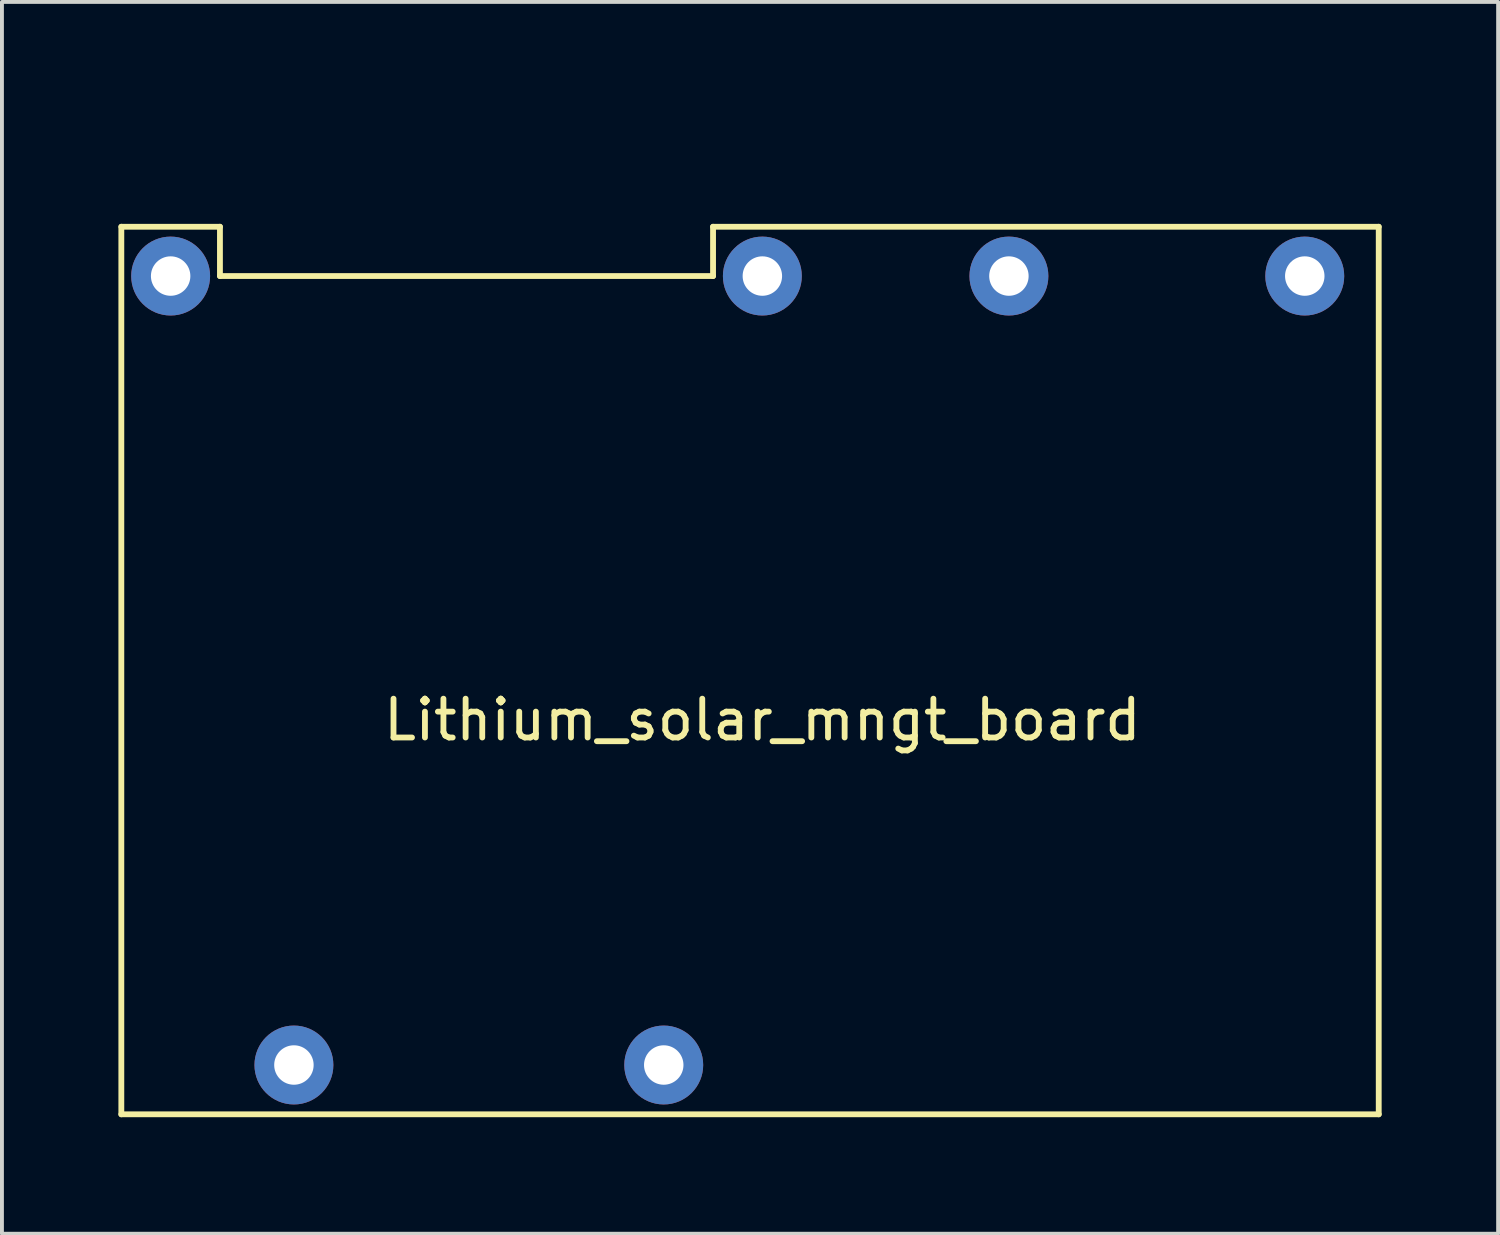
<source format=kicad_pcb>
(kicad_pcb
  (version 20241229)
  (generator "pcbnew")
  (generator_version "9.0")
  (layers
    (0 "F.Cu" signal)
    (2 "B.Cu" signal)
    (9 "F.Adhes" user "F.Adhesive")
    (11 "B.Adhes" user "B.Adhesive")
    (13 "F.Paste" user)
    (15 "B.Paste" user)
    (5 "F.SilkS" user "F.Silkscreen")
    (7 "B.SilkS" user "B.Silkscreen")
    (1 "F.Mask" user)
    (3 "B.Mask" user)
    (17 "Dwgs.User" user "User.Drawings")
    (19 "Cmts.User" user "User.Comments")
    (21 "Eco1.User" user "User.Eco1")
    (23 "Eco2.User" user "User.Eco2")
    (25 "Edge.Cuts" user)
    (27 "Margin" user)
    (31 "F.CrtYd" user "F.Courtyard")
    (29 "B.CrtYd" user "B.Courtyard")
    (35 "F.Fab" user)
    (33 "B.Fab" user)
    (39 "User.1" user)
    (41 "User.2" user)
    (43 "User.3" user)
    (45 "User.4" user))
  (footprint "Lithium_solar_mngt_board"
    (layer "F.Cu")
    (at 19.125 0.25)
    (property "Reference" "Lithium_solar_mngt_board" (at -2.54 15.24 0) (layer "F.SilkS") (effects (font (size 1 1) (thickness 0.15))))
    (attr through_hole)
    (fp_line (start -19.05 2.54) (end -19.05 25.4) (stroke (width 0.15) (type solid)) (layer "F.SilkS"))
    (fp_line (start -19.05 25.4) (end 13.335 25.4) (stroke (width 0.15) (type solid)) (layer "F.SilkS"))
    (fp_line (start -16.51 2.54) (end -19.05 2.54) (stroke (width 0.15) (type solid)) (layer "F.SilkS"))
    (fp_line (start -16.51 3.81) (end -16.51 2.54) (stroke (width 0.15) (type solid)) (layer "F.SilkS"))
    (fp_line (start -3.81 2.54) (end -3.81 3.81) (stroke (width 0.15) (type solid)) (layer "F.SilkS"))
    (fp_line (start -3.81 3.81) (end -16.51 3.81) (stroke (width 0.15) (type solid)) (layer "F.SilkS"))
    (fp_line (start 13.335 2.54) (end -3.81 2.54) (stroke (width 0.15) (type solid)) (layer "F.SilkS"))
    (fp_line (start 13.335 25.4) (end 13.335 2.54) (stroke (width 0.15) (type solid)) (layer "F.SilkS"))
    (pad "1" thru_hole circle (at -2.54 3.81) (size 2.032 2.032) (drill 1.016) (layers "*.Cu" "*.Mask"))
    (pad "2" thru_hole circle (at -17.78 3.81) (size 2.032 2.032) (drill 1.016) (layers "*.Cu" "*.Mask"))
    (pad "3" thru_hole circle (at -5.08 24.13) (size 2.032 2.032) (drill 1.016) (layers "*.Cu" "*.Mask"))
    (pad "4" thru_hole circle (at -14.605 24.13) (size 2.032 2.032) (drill 1.016) (layers "*.Cu" "*.Mask"))
    (pad "5" thru_hole circle (at 11.43 3.81) (size 2.032 2.032) (drill 1.016) (layers "*.Cu" "*.Mask"))
    (pad "6" thru_hole circle (at 3.81 3.81) (size 2.032 2.032) (drill 1.016) (layers "*.Cu" "*.Mask")))
  (gr_rect
    (start -3 -3)
    (end 35.535 28.725)
    (stroke (width 0.1) (type default))
    (fill no)
    (layer "Edge.Cuts")))
</source>
